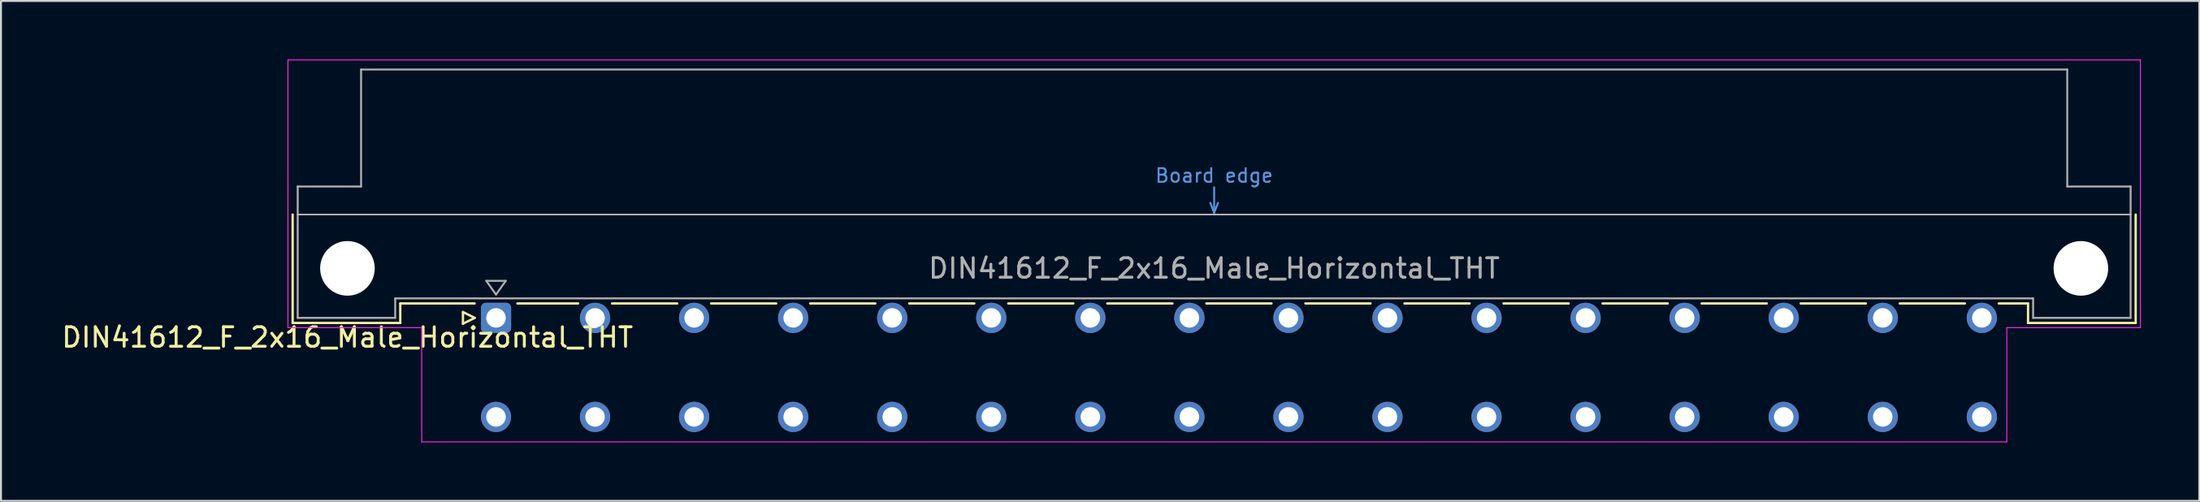
<source format=kicad_pcb>
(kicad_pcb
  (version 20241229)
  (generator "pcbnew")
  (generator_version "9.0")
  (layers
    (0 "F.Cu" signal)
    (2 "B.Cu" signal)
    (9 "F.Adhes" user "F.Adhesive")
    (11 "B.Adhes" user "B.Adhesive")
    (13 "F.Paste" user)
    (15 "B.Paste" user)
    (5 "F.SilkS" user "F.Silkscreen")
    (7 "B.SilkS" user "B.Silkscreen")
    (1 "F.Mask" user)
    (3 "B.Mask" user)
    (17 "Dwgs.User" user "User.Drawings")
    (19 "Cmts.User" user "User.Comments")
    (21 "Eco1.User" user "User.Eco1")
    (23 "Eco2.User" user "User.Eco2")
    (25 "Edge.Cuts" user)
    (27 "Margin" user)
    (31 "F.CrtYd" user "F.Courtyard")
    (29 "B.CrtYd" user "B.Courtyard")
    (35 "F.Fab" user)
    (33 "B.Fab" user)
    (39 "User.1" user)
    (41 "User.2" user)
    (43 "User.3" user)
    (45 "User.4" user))
  (footprint "DIN41612_F_2x16_Male_Horizontal_THT"
    (layer "F.Cu")
    (at 19.848 13.255)
    (property "Reference" "DIN41612_F_2x16_Male_Horizontal_THT" (at -5.08 1 0) (layer "F.SilkS") (effects (font (size 1 1) (thickness 0.15))))
    (attr through_hole)
    (fp_line (start -7.89 -5.3) (end -7.89 0.26) (stroke (width 0.12) (type solid)) (layer "F.SilkS"))
    (fp_line (start -7.89 0.26) (end -2.37 0.26) (stroke (width 0.12) (type solid)) (layer "F.SilkS"))
    (fp_line (start -2.371 -0.74) (end 1.445 -0.74) (stroke (width 0.12) (type solid)) (layer "F.SilkS"))
    (fp_line (start -2.37 0.26) (end -2.37 -0.74) (stroke (width 0.12) (type solid)) (layer "F.SilkS"))
    (fp_line (start 0.845 -0.3) (end 0.845 0.3) (stroke (width 0.12) (type solid)) (layer "F.SilkS"))
    (fp_line (start 0.845 0.3) (end 1.445 0) (stroke (width 0.12) (type solid)) (layer "F.SilkS"))
    (fp_line (start 1.445 0) (end 0.845 -0.3) (stroke (width 0.12) (type solid)) (layer "F.SilkS"))
    (fp_line (start 3.635 -0.74) (end 6.751 -0.74) (stroke (width 0.12) (type solid)) (layer "F.SilkS"))
    (fp_line (start 8.49 -0.74) (end 11.831 -0.74) (stroke (width 0.12) (type solid)) (layer "F.SilkS"))
    (fp_line (start 13.57 -0.74) (end 16.911 -0.74) (stroke (width 0.12) (type solid)) (layer "F.SilkS"))
    (fp_line (start 18.65 -0.74) (end 21.991 -0.74) (stroke (width 0.12) (type solid)) (layer "F.SilkS"))
    (fp_line (start 23.73 -0.74) (end 27.071 -0.74) (stroke (width 0.12) (type solid)) (layer "F.SilkS"))
    (fp_line (start 28.81 -0.74) (end 32.151 -0.74) (stroke (width 0.12) (type solid)) (layer "F.SilkS"))
    (fp_line (start 33.89 -0.74) (end 37.231 -0.74) (stroke (width 0.12) (type solid)) (layer "F.SilkS"))
    (fp_line (start 38.97 -0.74) (end 42.311 -0.74) (stroke (width 0.12) (type solid)) (layer "F.SilkS"))
    (fp_line (start 44.05 -0.74) (end 47.391 -0.74) (stroke (width 0.12) (type solid)) (layer "F.SilkS"))
    (fp_line (start 49.13 -0.74) (end 52.471 -0.74) (stroke (width 0.12) (type solid)) (layer "F.SilkS"))
    (fp_line (start 54.21 -0.74) (end 57.551 -0.74) (stroke (width 0.12) (type solid)) (layer "F.SilkS"))
    (fp_line (start 59.29 -0.74) (end 62.631 -0.74) (stroke (width 0.12) (type solid)) (layer "F.SilkS"))
    (fp_line (start 64.37 -0.74) (end 67.711 -0.74) (stroke (width 0.12) (type solid)) (layer "F.SilkS"))
    (fp_line (start 69.45 -0.74) (end 72.791 -0.74) (stroke (width 0.12) (type solid)) (layer "F.SilkS"))
    (fp_line (start 74.53 -0.74) (end 77.871 -0.74) (stroke (width 0.12) (type solid)) (layer "F.SilkS"))
    (fp_line (start 79.61 -0.74) (end 81.11 -0.74) (stroke (width 0.12) (type solid)) (layer "F.SilkS"))
    (fp_line (start 81.11 0.26) (end 81.11 -0.74) (stroke (width 0.12) (type solid)) (layer "F.SilkS"))
    (fp_line (start 86.63 -5.3) (end 86.63 0.26) (stroke (width 0.12) (type solid)) (layer "F.SilkS"))
    (fp_line (start 86.63 0.26) (end 81.11 0.26) (stroke (width 0.12) (type solid)) (layer "F.SilkS"))
    (fp_line (start -7.63 -5.3) (end 86.37 -5.3) (stroke (width 0.08) (type solid)) (layer "Dwgs.User"))
    (fp_line (start 39.17 -5.9) (end 39.37 -5.4) (stroke (width 0.1) (type solid)) (layer "Cmts.User"))
    (fp_line (start 39.37 -5.4) (end 39.37 -6.7) (stroke (width 0.1) (type solid)) (layer "Cmts.User"))
    (fp_line (start 39.37 -5.4) (end 39.57 -5.9) (stroke (width 0.1) (type solid)) (layer "Cmts.User"))
    (fp_line (start -8.13 -13.23) (end -8.13 0.5) (stroke (width 0.05) (type solid)) (layer "F.CrtYd"))
    (fp_line (start -8.13 0.5) (end -1.27 0.5) (stroke (width 0.05) (type solid)) (layer "F.CrtYd"))
    (fp_line (start -1.27 0.5) (end -1.27 6.36) (stroke (width 0.05) (type solid)) (layer "F.CrtYd"))
    (fp_line (start -1.27 6.36) (end 80.02 6.36) (stroke (width 0.05) (type solid)) (layer "F.CrtYd"))
    (fp_line (start 80.02 0.5) (end 86.87 0.5) (stroke (width 0.05) (type solid)) (layer "F.CrtYd"))
    (fp_line (start 80.02 6.36) (end 80.02 0.5) (stroke (width 0.05) (type solid)) (layer "F.CrtYd"))
    (fp_line (start 86.87 -13.23) (end -8.13 -13.23) (stroke (width 0.05) (type solid)) (layer "F.CrtYd"))
    (fp_line (start 86.87 0.5) (end 86.87 -13.23) (stroke (width 0.05) (type solid)) (layer "F.CrtYd"))
    (fp_line (start -7.63 -6.74) (end -7.63 0) (stroke (width 0.1) (type solid)) (layer "F.Fab"))
    (fp_line (start -7.63 0) (end -2.63 0) (stroke (width 0.1) (type solid)) (layer "F.Fab"))
    (fp_line (start -4.38 -12.74) (end -4.38 -6.74) (stroke (width 0.1) (type solid)) (layer "F.Fab"))
    (fp_line (start -4.38 -6.74) (end -7.63 -6.74) (stroke (width 0.1) (type solid)) (layer "F.Fab"))
    (fp_line (start -2.63 -1) (end 81.37 -1) (stroke (width 0.1) (type solid)) (layer "F.Fab"))
    (fp_line (start -2.63 0) (end -2.63 -1) (stroke (width 0.1) (type solid)) (layer "F.Fab"))
    (fp_line (start 2.04 -1.9) (end 3.04 -1.9) (stroke (width 0.1) (type solid)) (layer "F.Fab"))
    (fp_line (start 2.54 -1.2) (end 2.04 -1.9) (stroke (width 0.1) (type solid)) (layer "F.Fab"))
    (fp_line (start 3.04 -1.9) (end 2.54 -1.2) (stroke (width 0.1) (type solid)) (layer "F.Fab"))
    (fp_line (start 81.37 -1) (end 81.37 0) (stroke (width 0.1) (type solid)) (layer "F.Fab"))
    (fp_line (start 81.37 0) (end 86.37 0) (stroke (width 0.1) (type solid)) (layer "F.Fab"))
    (fp_line (start 83.12 -12.74) (end -4.38 -12.74) (stroke (width 0.1) (type solid)) (layer "F.Fab"))
    (fp_line (start 83.12 -6.74) (end 83.12 -12.74) (stroke (width 0.1) (type solid)) (layer "F.Fab"))
    (fp_line (start 86.37 -6.74) (end 83.12 -6.74) (stroke (width 0.1) (type solid)) (layer "F.Fab"))
    (fp_line (start 86.37 0) (end 86.37 -6.74) (stroke (width 0.1) (type solid)) (layer "F.Fab"))
    (fp_text user "Board edge" (at 39.37 -7.3 0) (layer "Cmts.User") (effects (font (size 0.7 0.7) (thickness 0.1))))
    (fp_text user "${REFERENCE}" (at 39.37 -2.54 0) (layer "F.Fab") (effects (font (size 1 1) (thickness 0.15))))
    (pad "" np_thru_hole circle (at -5.08 -2.54) (size 2.8 2.8) (drill 2.8) (layers "*.Cu" "*.Mask"))
    (pad "" np_thru_hole circle (at 83.82 -2.54) (size 2.8 2.8) (drill 2.8) (layers "*.Cu" "*.Mask"))
    (pad "d2" thru_hole circle (at 2.54 5.08) (size 1.55 1.55) (drill 1) (layers "*.Cu" "*.Mask"))
    (pad "d4" thru_hole circle (at 7.62 5.08) (size 1.55 1.55) (drill 1) (layers "*.Cu" "*.Mask"))
    (pad "d6" thru_hole circle (at 12.7 5.08) (size 1.55 1.55) (drill 1) (layers "*.Cu" "*.Mask"))
    (pad "d8" thru_hole circle (at 17.78 5.08) (size 1.55 1.55) (drill 1) (layers "*.Cu" "*.Mask"))
    (pad "d10" thru_hole circle (at 22.86 5.08) (size 1.55 1.55) (drill 1) (layers "*.Cu" "*.Mask"))
    (pad "d12" thru_hole circle (at 27.94 5.08) (size 1.55 1.55) (drill 1) (layers "*.Cu" "*.Mask"))
    (pad "d14" thru_hole circle (at 33.02 5.08) (size 1.55 1.55) (drill 1) (layers "*.Cu" "*.Mask"))
    (pad "d16" thru_hole circle (at 38.1 5.08) (size 1.55 1.55) (drill 1) (layers "*.Cu" "*.Mask"))
    (pad "d18" thru_hole circle (at 43.18 5.08) (size 1.55 1.55) (drill 1) (layers "*.Cu" "*.Mask"))
    (pad "d20" thru_hole circle (at 48.26 5.08) (size 1.55 1.55) (drill 1) (layers "*.Cu" "*.Mask"))
    (pad "d22" thru_hole circle (at 53.34 5.08) (size 1.55 1.55) (drill 1) (layers "*.Cu" "*.Mask"))
    (pad "d24" thru_hole circle (at 58.42 5.08) (size 1.55 1.55) (drill 1) (layers "*.Cu" "*.Mask"))
    (pad "d26" thru_hole circle (at 63.5 5.08) (size 1.55 1.55) (drill 1) (layers "*.Cu" "*.Mask"))
    (pad "d28" thru_hole circle (at 68.58 5.08) (size 1.55 1.55) (drill 1) (layers "*.Cu" "*.Mask"))
    (pad "d30" thru_hole circle (at 73.66 5.08) (size 1.55 1.55) (drill 1) (layers "*.Cu" "*.Mask"))
    (pad "d32" thru_hole circle (at 78.74 5.08) (size 1.55 1.55) (drill 1) (layers "*.Cu" "*.Mask"))
    (pad "z2" thru_hole roundrect (at 2.54 0) (size 1.55 1.55) (drill 1) (layers "*.Cu" "*.Mask") (roundrect_rratio 0.161))
    (pad "z4" thru_hole circle (at 7.62 0) (size 1.55 1.55) (drill 1) (layers "*.Cu" "*.Mask"))
    (pad "z6" thru_hole circle (at 12.7 0) (size 1.55 1.55) (drill 1) (layers "*.Cu" "*.Mask"))
    (pad "z8" thru_hole circle (at 17.78 0) (size 1.55 1.55) (drill 1) (layers "*.Cu" "*.Mask"))
    (pad "z10" thru_hole circle (at 22.86 0) (size 1.55 1.55) (drill 1) (layers "*.Cu" "*.Mask"))
    (pad "z12" thru_hole circle (at 27.94 0) (size 1.55 1.55) (drill 1) (layers "*.Cu" "*.Mask"))
    (pad "z14" thru_hole circle (at 33.02 0) (size 1.55 1.55) (drill 1) (layers "*.Cu" "*.Mask"))
    (pad "z16" thru_hole circle (at 38.1 0) (size 1.55 1.55) (drill 1) (layers "*.Cu" "*.Mask"))
    (pad "z18" thru_hole circle (at 43.18 0) (size 1.55 1.55) (drill 1) (layers "*.Cu" "*.Mask"))
    (pad "z20" thru_hole circle (at 48.26 0) (size 1.55 1.55) (drill 1) (layers "*.Cu" "*.Mask"))
    (pad "z22" thru_hole circle (at 53.34 0) (size 1.55 1.55) (drill 1) (layers "*.Cu" "*.Mask"))
    (pad "z24" thru_hole circle (at 58.42 0) (size 1.55 1.55) (drill 1) (layers "*.Cu" "*.Mask"))
    (pad "z26" thru_hole circle (at 63.5 0) (size 1.55 1.55) (drill 1) (layers "*.Cu" "*.Mask"))
    (pad "z28" thru_hole circle (at 68.58 0) (size 1.55 1.55) (drill 1) (layers "*.Cu" "*.Mask"))
    (pad "z30" thru_hole circle (at 73.66 0) (size 1.55 1.55) (drill 1) (layers "*.Cu" "*.Mask"))
    (pad "z32" thru_hole circle (at 78.74 0) (size 1.55 1.55) (drill 1) (layers "*.Cu" "*.Mask")))
  (gr_rect
    (start -3 -3)
    (end 109.743 22.64)
    (stroke (width 0.1) (type default))
    (fill no)
    (layer "Edge.Cuts")))
</source>
